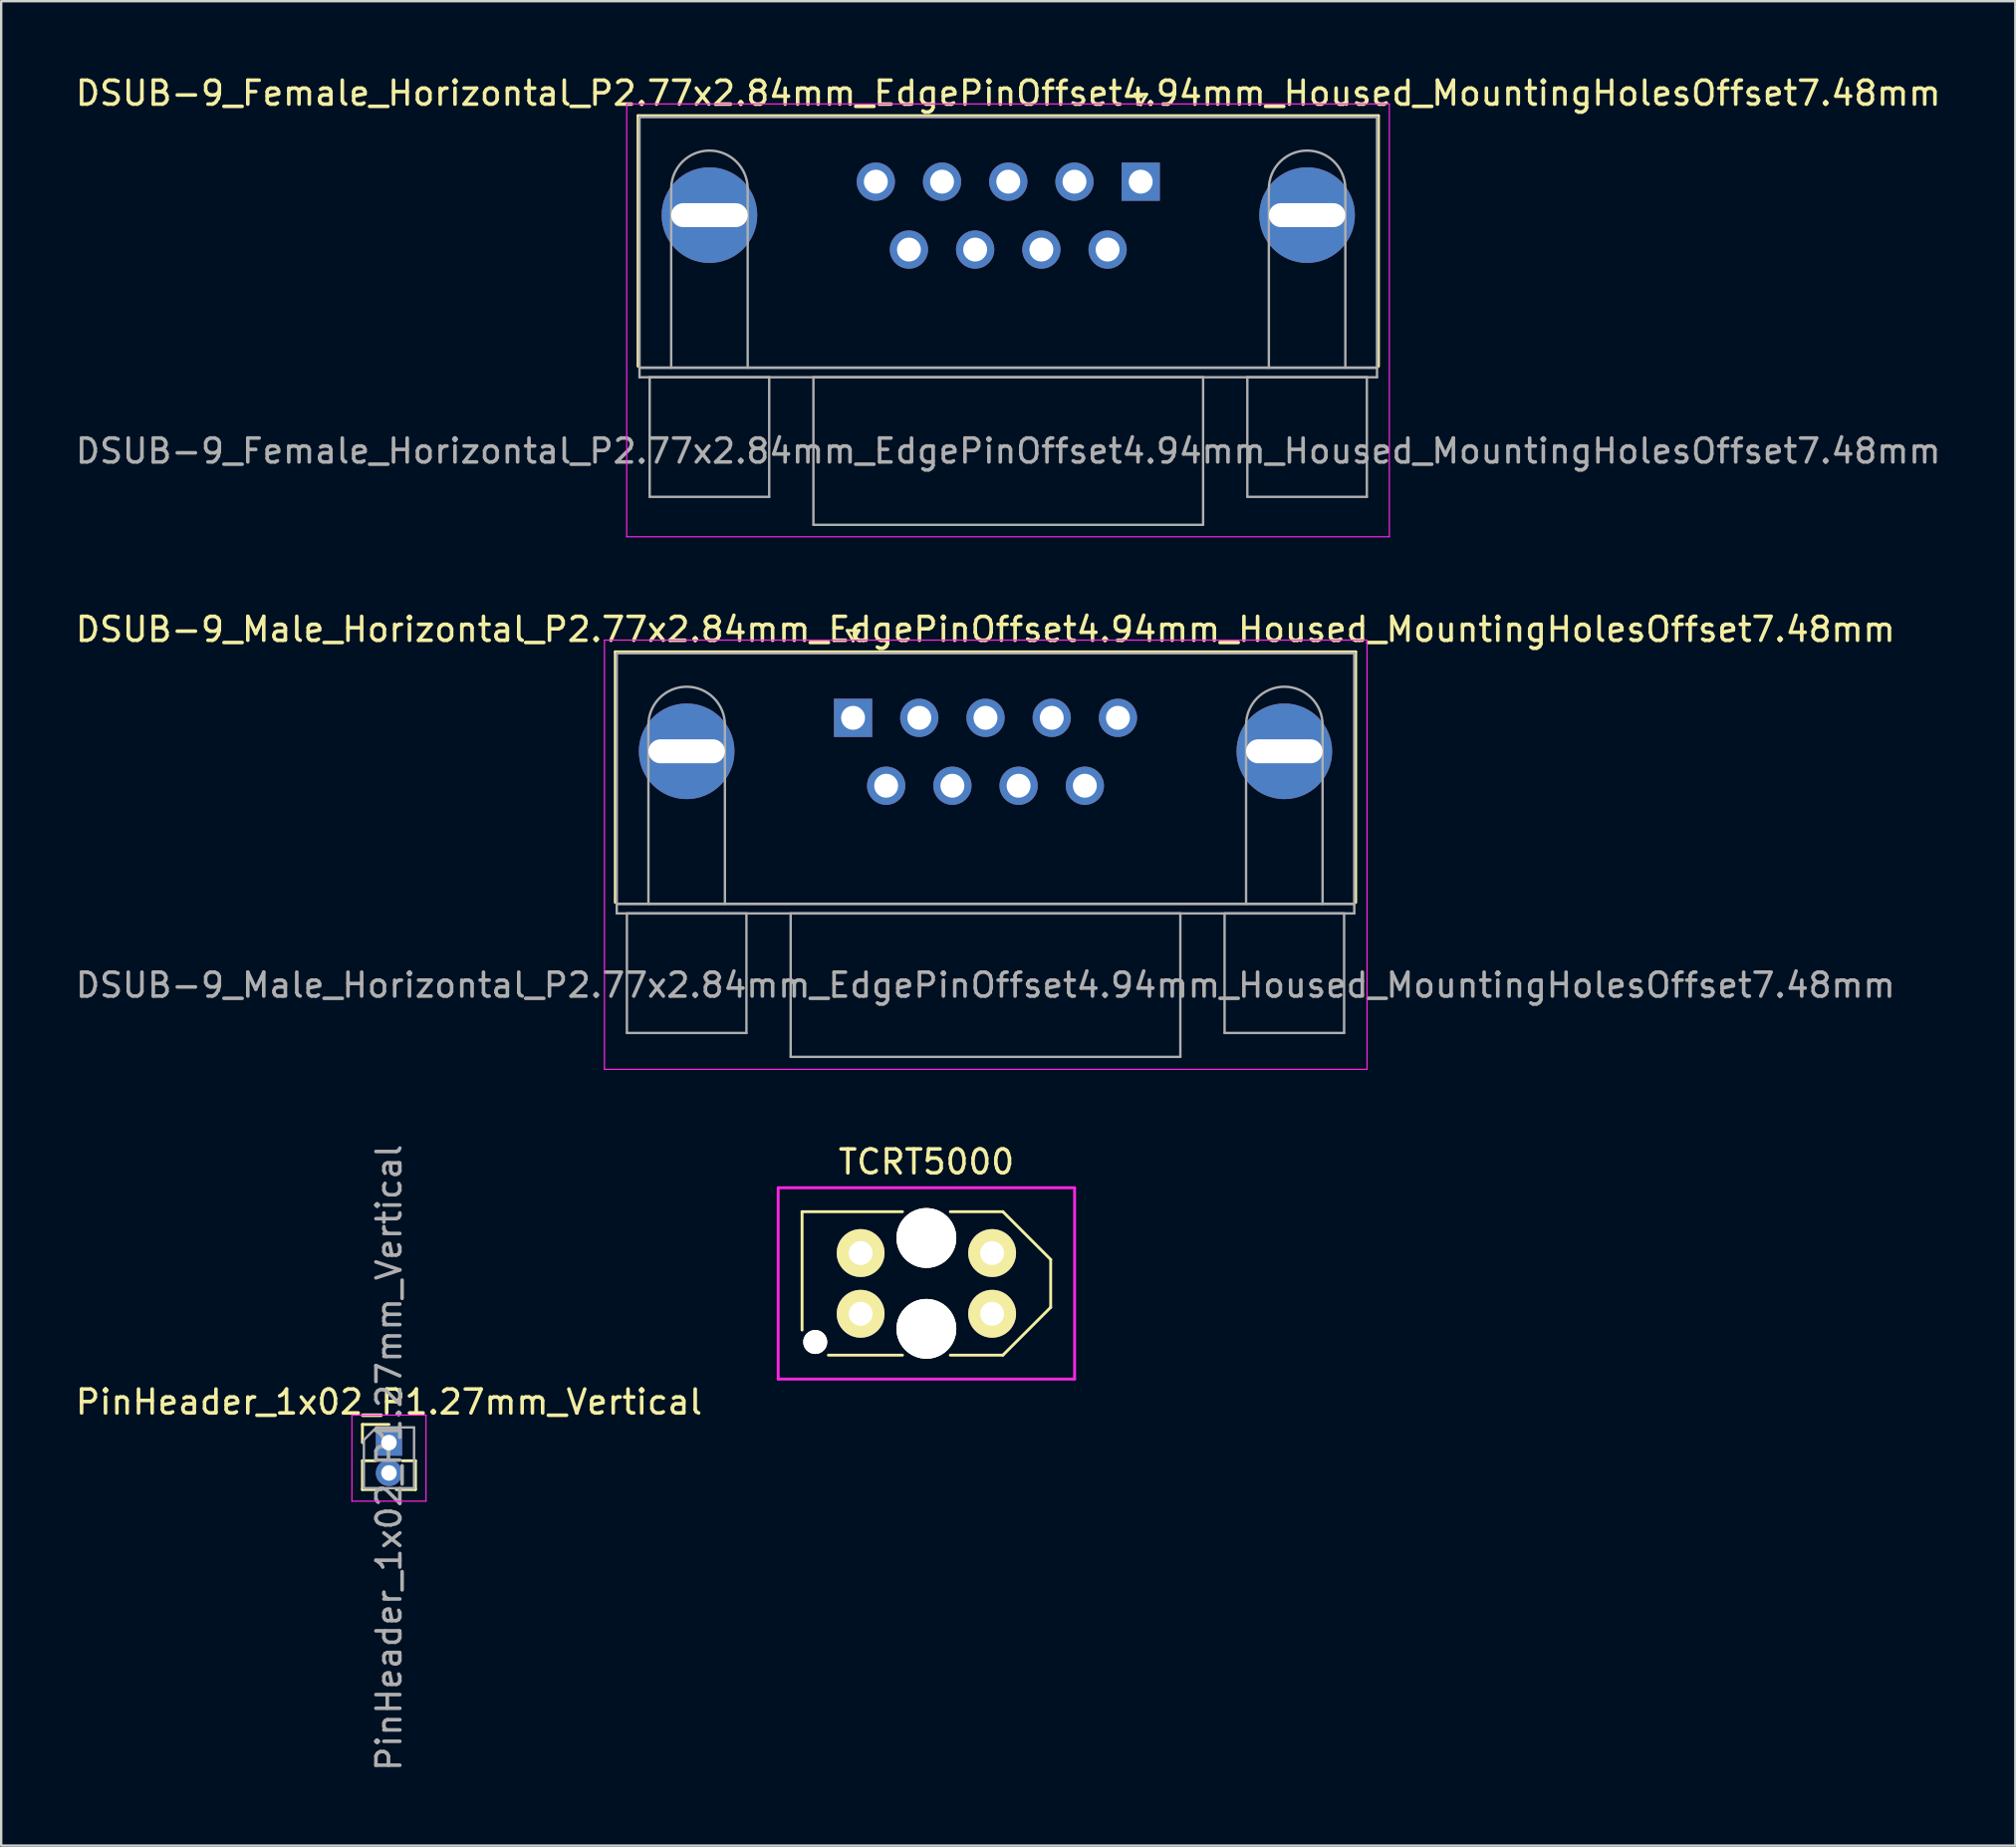
<source format=kicad_pcb>
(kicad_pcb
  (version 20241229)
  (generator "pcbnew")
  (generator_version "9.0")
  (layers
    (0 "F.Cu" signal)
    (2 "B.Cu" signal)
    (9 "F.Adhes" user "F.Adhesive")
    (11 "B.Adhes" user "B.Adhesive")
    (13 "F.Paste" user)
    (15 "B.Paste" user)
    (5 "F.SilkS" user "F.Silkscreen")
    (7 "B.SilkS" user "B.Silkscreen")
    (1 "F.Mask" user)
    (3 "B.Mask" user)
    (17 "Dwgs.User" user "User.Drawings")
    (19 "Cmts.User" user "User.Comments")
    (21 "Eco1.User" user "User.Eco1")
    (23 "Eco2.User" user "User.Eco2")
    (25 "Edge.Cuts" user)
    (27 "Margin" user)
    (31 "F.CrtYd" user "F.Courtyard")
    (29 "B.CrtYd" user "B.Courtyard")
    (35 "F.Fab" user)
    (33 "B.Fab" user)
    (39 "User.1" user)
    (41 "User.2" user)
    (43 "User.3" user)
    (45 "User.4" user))
  (footprint "DSUB-9_Female_Horizontal_P2.77x2.84mm_EdgePinOffset4.94mm_Housed_MountingHolesOffset7.48mm"
    (layer "F.Cu")
    (at 44.665 4.548)
    (property "Reference" "DSUB-9_Female_Horizontal_P2.77x2.84mm_EdgePinOffset4.94mm_Housed_MountingHolesOffset7.48mm" (at -5.54 -3.7 0) (layer "F.SilkS") (effects (font (size 1 1) (thickness 0.15))))
    (attr through_hole)
    (fp_line (start -21.025 -2.76) (end 9.945 -2.76) (stroke (width 0.12) (type solid)) (layer "F.SilkS"))
    (fp_line (start -21.025 7.72) (end -21.025 -2.76) (stroke (width 0.12) (type solid)) (layer "F.SilkS"))
    (fp_line (start -0.25 -3.654) (end 0.25 -3.654) (stroke (width 0.12) (type solid)) (layer "F.SilkS"))
    (fp_line (start 0 -3.221) (end -0.25 -3.654) (stroke (width 0.12) (type solid)) (layer "F.SilkS"))
    (fp_line (start 0.25 -3.654) (end 0 -3.221) (stroke (width 0.12) (type solid)) (layer "F.SilkS"))
    (fp_line (start 9.945 -2.76) (end 9.945 7.72) (stroke (width 0.12) (type solid)) (layer "F.SilkS"))
    (fp_line (start -21.5 -3.25) (end -21.5 14.85) (stroke (width 0.05) (type solid)) (layer "F.CrtYd"))
    (fp_line (start -21.5 14.85) (end 10.4 14.85) (stroke (width 0.05) (type solid)) (layer "F.CrtYd"))
    (fp_line (start 10.4 -3.25) (end -21.5 -3.25) (stroke (width 0.05) (type solid)) (layer "F.CrtYd"))
    (fp_line (start 10.4 14.85) (end 10.4 -3.25) (stroke (width 0.05) (type solid)) (layer "F.CrtYd"))
    (fp_line (start -20.965 -2.7) (end -20.965 7.78) (stroke (width 0.1) (type solid)) (layer "F.Fab"))
    (fp_line (start -20.965 7.78) (end -20.965 8.18) (stroke (width 0.1) (type solid)) (layer "F.Fab"))
    (fp_line (start -20.965 7.78) (end 9.885 7.78) (stroke (width 0.1) (type solid)) (layer "F.Fab"))
    (fp_line (start -20.965 8.18) (end 9.885 8.18) (stroke (width 0.1) (type solid)) (layer "F.Fab"))
    (fp_line (start -20.54 8.18) (end -20.54 13.18) (stroke (width 0.1) (type solid)) (layer "F.Fab"))
    (fp_line (start -20.54 13.18) (end -15.54 13.18) (stroke (width 0.1) (type solid)) (layer "F.Fab"))
    (fp_line (start -19.64 7.78) (end -19.64 0.3) (stroke (width 0.1) (type solid)) (layer "F.Fab"))
    (fp_line (start -16.44 7.78) (end -16.44 0.3) (stroke (width 0.1) (type solid)) (layer "F.Fab"))
    (fp_line (start -15.54 8.18) (end -20.54 8.18) (stroke (width 0.1) (type solid)) (layer "F.Fab"))
    (fp_line (start -15.54 13.18) (end -15.54 8.18) (stroke (width 0.1) (type solid)) (layer "F.Fab"))
    (fp_line (start -13.69 8.18) (end -13.69 14.35) (stroke (width 0.1) (type solid)) (layer "F.Fab"))
    (fp_line (start -13.69 14.35) (end 2.61 14.35) (stroke (width 0.1) (type solid)) (layer "F.Fab"))
    (fp_line (start 2.61 8.18) (end -13.69 8.18) (stroke (width 0.1) (type solid)) (layer "F.Fab"))
    (fp_line (start 2.61 14.35) (end 2.61 8.18) (stroke (width 0.1) (type solid)) (layer "F.Fab"))
    (fp_line (start 4.46 8.18) (end 4.46 13.18) (stroke (width 0.1) (type solid)) (layer "F.Fab"))
    (fp_line (start 4.46 13.18) (end 9.46 13.18) (stroke (width 0.1) (type solid)) (layer "F.Fab"))
    (fp_line (start 5.36 7.78) (end 5.36 0.3) (stroke (width 0.1) (type solid)) (layer "F.Fab"))
    (fp_line (start 8.56 7.78) (end 8.56 0.3) (stroke (width 0.1) (type solid)) (layer "F.Fab"))
    (fp_line (start 9.46 8.18) (end 4.46 8.18) (stroke (width 0.1) (type solid)) (layer "F.Fab"))
    (fp_line (start 9.46 13.18) (end 9.46 8.18) (stroke (width 0.1) (type solid)) (layer "F.Fab"))
    (fp_line (start 9.885 -2.7) (end -20.965 -2.7) (stroke (width 0.1) (type solid)) (layer "F.Fab"))
    (fp_line (start 9.885 7.78) (end -20.965 7.78) (stroke (width 0.1) (type solid)) (layer "F.Fab"))
    (fp_line (start 9.885 7.78) (end 9.885 -2.7) (stroke (width 0.1) (type solid)) (layer "F.Fab"))
    (fp_line (start 9.885 8.18) (end 9.885 7.78) (stroke (width 0.1) (type solid)) (layer "F.Fab"))
    (fp_arc (start -19.64 0.3) (mid -18.04 -1.3) (end -16.44 0.3) (stroke (width 0.1) (type solid)) (layer "F.Fab"))
    (fp_arc (start 5.36 0.3) (mid 6.96 -1.3) (end 8.56 0.3) (stroke (width 0.1) (type solid)) (layer "F.Fab"))
    (fp_text user "${REFERENCE}" (at -5.54 11.265 0) (layer "F.Fab") (effects (font (size 1 1) (thickness 0.15))))
    (pad "0" thru_hole circle (at -18.04 1.4) (size 4 4) (drill oval 3.2 1) (layers "*.Cu" "*.Mask"))
    (pad "0" thru_hole circle (at 6.96 1.4) (size 4 4) (drill oval 3.2 1) (layers "*.Cu" "*.Mask"))
    (pad "1" thru_hole rect (at 0 0) (size 1.6 1.6) (drill 1) (layers "*.Cu" "*.Mask"))
    (pad "2" thru_hole circle (at -2.77 0) (size 1.6 1.6) (drill 1) (layers "*.Cu" "*.Mask"))
    (pad "3" thru_hole circle (at -5.54 0) (size 1.6 1.6) (drill 1) (layers "*.Cu" "*.Mask"))
    (pad "4" thru_hole circle (at -8.31 0) (size 1.6 1.6) (drill 1) (layers "*.Cu" "*.Mask"))
    (pad "5" thru_hole circle (at -11.08 0) (size 1.6 1.6) (drill 1) (layers "*.Cu" "*.Mask"))
    (pad "6" thru_hole circle (at -1.385 2.84) (size 1.6 1.6) (drill 1) (layers "*.Cu" "*.Mask"))
    (pad "7" thru_hole circle (at -4.155 2.84) (size 1.6 1.6) (drill 1) (layers "*.Cu" "*.Mask"))
    (pad "8" thru_hole circle (at -6.925 2.84) (size 1.6 1.6) (drill 1) (layers "*.Cu" "*.Mask"))
    (pad "9" thru_hole circle (at -9.695 2.84) (size 1.6 1.6) (drill 1) (layers "*.Cu" "*.Mask")))
  (footprint "PinHeader_1x02_P1.27mm_Vertical"
    (layer "F.Cu")
    (at 13.22 57.282)
    (property "Reference" "PinHeader_1x02_P1.27mm_Vertical" (at 0 -1.695 0) (layer "F.SilkS") (effects (font (size 1 1) (thickness 0.15))))
    (attr through_hole)
    (fp_line (start -1.11 -0.76) (end 0 -0.76) (stroke (width 0.12) (type solid)) (layer "F.SilkS"))
    (fp_line (start -1.11 0) (end -1.11 -0.76) (stroke (width 0.12) (type solid)) (layer "F.SilkS"))
    (fp_line (start -1.11 0.76) (end -1.11 1.965) (stroke (width 0.12) (type solid)) (layer "F.SilkS"))
    (fp_line (start -1.11 0.76) (end -0.563 0.76) (stroke (width 0.12) (type solid)) (layer "F.SilkS"))
    (fp_line (start -1.11 1.965) (end -0.308 1.965) (stroke (width 0.12) (type solid)) (layer "F.SilkS"))
    (fp_line (start 0.308 1.965) (end 1.11 1.965) (stroke (width 0.12) (type solid)) (layer "F.SilkS"))
    (fp_line (start 0.563 0.76) (end 1.11 0.76) (stroke (width 0.12) (type solid)) (layer "F.SilkS"))
    (fp_line (start 1.11 0.76) (end 1.11 1.965) (stroke (width 0.12) (type solid)) (layer "F.SilkS"))
    (fp_line (start -1.55 -1.15) (end -1.55 2.45) (stroke (width 0.05) (type solid)) (layer "F.CrtYd"))
    (fp_line (start -1.55 2.45) (end 1.55 2.45) (stroke (width 0.05) (type solid)) (layer "F.CrtYd"))
    (fp_line (start 1.55 -1.15) (end -1.55 -1.15) (stroke (width 0.05) (type solid)) (layer "F.CrtYd"))
    (fp_line (start 1.55 2.45) (end 1.55 -1.15) (stroke (width 0.05) (type solid)) (layer "F.CrtYd"))
    (fp_line (start -1.05 -0.11) (end -0.525 -0.635) (stroke (width 0.1) (type solid)) (layer "F.Fab"))
    (fp_line (start -1.05 1.905) (end -1.05 -0.11) (stroke (width 0.1) (type solid)) (layer "F.Fab"))
    (fp_line (start -0.525 -0.635) (end 1.05 -0.635) (stroke (width 0.1) (type solid)) (layer "F.Fab"))
    (fp_line (start 1.05 -0.635) (end 1.05 1.905) (stroke (width 0.1) (type solid)) (layer "F.Fab"))
    (fp_line (start 1.05 1.905) (end -1.05 1.905) (stroke (width 0.1) (type solid)) (layer "F.Fab"))
    (fp_text user "${REFERENCE}" (at 0 0.635 90) (layer "F.Fab") (effects (font (size 1 1) (thickness 0.15))))
    (pad "1" thru_hole rect (at 0 0) (size 1.1 1.1) (drill 0.65) (layers "*.Cu" "*.Mask"))
    (pad "2" thru_hole oval (at 0 1.27) (size 1.1 1.1) (drill 0.65) (layers "*.Cu" "*.Mask")))
  (footprint "DSUB-9_Male_Horizontal_P2.77x2.84mm_EdgePinOffset4.94mm_Housed_MountingHolesOffset7.48mm"
    (layer "F.Cu")
    (at 32.633 26.971)
    (property "Reference" "DSUB-9_Male_Horizontal_P2.77x2.84mm_EdgePinOffset4.94mm_Housed_MountingHolesOffset7.48mm" (at 5.54 -3.7 0) (layer "F.SilkS") (effects (font (size 1 1) (thickness 0.15))))
    (attr through_hole)
    (fp_line (start -9.945 -2.76) (end 21.025 -2.76) (stroke (width 0.12) (type solid)) (layer "F.SilkS"))
    (fp_line (start -9.945 7.72) (end -9.945 -2.76) (stroke (width 0.12) (type solid)) (layer "F.SilkS"))
    (fp_line (start -0.25 -3.654) (end 0.25 -3.654) (stroke (width 0.12) (type solid)) (layer "F.SilkS"))
    (fp_line (start 0 -3.221) (end -0.25 -3.654) (stroke (width 0.12) (type solid)) (layer "F.SilkS"))
    (fp_line (start 0.25 -3.654) (end 0 -3.221) (stroke (width 0.12) (type solid)) (layer "F.SilkS"))
    (fp_line (start 21.025 -2.76) (end 21.025 7.72) (stroke (width 0.12) (type solid)) (layer "F.SilkS"))
    (fp_line (start -10.4 -3.25) (end -10.4 14.7) (stroke (width 0.05) (type solid)) (layer "F.CrtYd"))
    (fp_line (start -10.4 14.7) (end 21.5 14.7) (stroke (width 0.05) (type solid)) (layer "F.CrtYd"))
    (fp_line (start 21.5 -3.25) (end -10.4 -3.25) (stroke (width 0.05) (type solid)) (layer "F.CrtYd"))
    (fp_line (start 21.5 14.7) (end 21.5 -3.25) (stroke (width 0.05) (type solid)) (layer "F.CrtYd"))
    (fp_line (start -9.885 -2.7) (end -9.885 7.78) (stroke (width 0.1) (type solid)) (layer "F.Fab"))
    (fp_line (start -9.885 7.78) (end -9.885 8.18) (stroke (width 0.1) (type solid)) (layer "F.Fab"))
    (fp_line (start -9.885 7.78) (end 20.965 7.78) (stroke (width 0.1) (type solid)) (layer "F.Fab"))
    (fp_line (start -9.885 8.18) (end 20.965 8.18) (stroke (width 0.1) (type solid)) (layer "F.Fab"))
    (fp_line (start -9.46 8.18) (end -9.46 13.18) (stroke (width 0.1) (type solid)) (layer "F.Fab"))
    (fp_line (start -9.46 13.18) (end -4.46 13.18) (stroke (width 0.1) (type solid)) (layer "F.Fab"))
    (fp_line (start -8.56 7.78) (end -8.56 0.3) (stroke (width 0.1) (type solid)) (layer "F.Fab"))
    (fp_line (start -5.36 7.78) (end -5.36 0.3) (stroke (width 0.1) (type solid)) (layer "F.Fab"))
    (fp_line (start -4.46 8.18) (end -9.46 8.18) (stroke (width 0.1) (type solid)) (layer "F.Fab"))
    (fp_line (start -4.46 13.18) (end -4.46 8.18) (stroke (width 0.1) (type solid)) (layer "F.Fab"))
    (fp_line (start -2.61 8.18) (end -2.61 14.18) (stroke (width 0.1) (type solid)) (layer "F.Fab"))
    (fp_line (start -2.61 14.18) (end 13.69 14.18) (stroke (width 0.1) (type solid)) (layer "F.Fab"))
    (fp_line (start 13.69 8.18) (end -2.61 8.18) (stroke (width 0.1) (type solid)) (layer "F.Fab"))
    (fp_line (start 13.69 14.18) (end 13.69 8.18) (stroke (width 0.1) (type solid)) (layer "F.Fab"))
    (fp_line (start 15.54 8.18) (end 15.54 13.18) (stroke (width 0.1) (type solid)) (layer "F.Fab"))
    (fp_line (start 15.54 13.18) (end 20.54 13.18) (stroke (width 0.1) (type solid)) (layer "F.Fab"))
    (fp_line (start 16.44 7.78) (end 16.44 0.3) (stroke (width 0.1) (type solid)) (layer "F.Fab"))
    (fp_line (start 19.64 7.78) (end 19.64 0.3) (stroke (width 0.1) (type solid)) (layer "F.Fab"))
    (fp_line (start 20.54 8.18) (end 15.54 8.18) (stroke (width 0.1) (type solid)) (layer "F.Fab"))
    (fp_line (start 20.54 13.18) (end 20.54 8.18) (stroke (width 0.1) (type solid)) (layer "F.Fab"))
    (fp_line (start 20.965 -2.7) (end -9.885 -2.7) (stroke (width 0.1) (type solid)) (layer "F.Fab"))
    (fp_line (start 20.965 7.78) (end -9.885 7.78) (stroke (width 0.1) (type solid)) (layer "F.Fab"))
    (fp_line (start 20.965 7.78) (end 20.965 -2.7) (stroke (width 0.1) (type solid)) (layer "F.Fab"))
    (fp_line (start 20.965 8.18) (end 20.965 7.78) (stroke (width 0.1) (type solid)) (layer "F.Fab"))
    (fp_arc (start -8.56 0.3) (mid -6.96 -1.3) (end -5.36 0.3) (stroke (width 0.1) (type solid)) (layer "F.Fab"))
    (fp_arc (start 16.44 0.3) (mid 18.04 -1.3) (end 19.64 0.3) (stroke (width 0.1) (type solid)) (layer "F.Fab"))
    (fp_text user "${REFERENCE}" (at 5.54 11.18 0) (layer "F.Fab") (effects (font (size 1 1) (thickness 0.15))))
    (pad "0" thru_hole circle (at -6.96 1.4) (size 4 4) (drill oval 3.2 1) (layers "*.Cu" "*.Mask"))
    (pad "0" thru_hole circle (at 18.04 1.4) (size 4 4) (drill oval 3.2 1) (layers "*.Cu" "*.Mask"))
    (pad "1" thru_hole rect (at 0 0) (size 1.6 1.6) (drill 1) (layers "*.Cu" "*.Mask"))
    (pad "2" thru_hole circle (at 2.77 0) (size 1.6 1.6) (drill 1) (layers "*.Cu" "*.Mask"))
    (pad "3" thru_hole circle (at 5.54 0) (size 1.6 1.6) (drill 1) (layers "*.Cu" "*.Mask"))
    (pad "4" thru_hole circle (at 8.31 0) (size 1.6 1.6) (drill 1) (layers "*.Cu" "*.Mask"))
    (pad "5" thru_hole circle (at 11.08 0) (size 1.6 1.6) (drill 1) (layers "*.Cu" "*.Mask"))
    (pad "6" thru_hole circle (at 1.385 2.84) (size 1.6 1.6) (drill 1) (layers "*.Cu" "*.Mask"))
    (pad "7" thru_hole circle (at 4.155 2.84) (size 1.6 1.6) (drill 1) (layers "*.Cu" "*.Mask"))
    (pad "8" thru_hole circle (at 6.925 2.84) (size 1.6 1.6) (drill 1) (layers "*.Cu" "*.Mask"))
    (pad "9" thru_hole circle (at 9.695 2.84) (size 1.6 1.6) (drill 1) (layers "*.Cu" "*.Mask")))
  (footprint "TCRT5000"
    (layer "F.Cu")
    (at 35.7 50.625)
    (property "Reference" "TCRT5000" (at 0 -5.08 0) (layer "F.SilkS") (effects (font (size 1 1) (thickness 0.15))))
    (attr through_hole)
    (fp_line (start -5.2 -3) (end -1 -3) (stroke (width 0.12) (type solid)) (layer "F.SilkS"))
    (fp_line (start -5.2 1.95) (end -5.2 -3) (stroke (width 0.12) (type solid)) (layer "F.SilkS"))
    (fp_line (start -1 3) (end -4.1 3) (stroke (width 0.12) (type solid)) (layer "F.SilkS"))
    (fp_line (start 3.2 -3) (end 1 -3) (stroke (width 0.12) (type solid)) (layer "F.SilkS"))
    (fp_line (start 3.2 -3) (end 5.2 -1) (stroke (width 0.12) (type solid)) (layer "F.SilkS"))
    (fp_line (start 3.2 3) (end 1 3) (stroke (width 0.12) (type solid)) (layer "F.SilkS"))
    (fp_line (start 3.2 3) (end 5.2 1) (stroke (width 0.12) (type solid)) (layer "F.SilkS"))
    (fp_line (start 5.2 -1) (end 5.2 1) (stroke (width 0.12) (type solid)) (layer "F.SilkS"))
    (fp_line (start -6.2 -4) (end -6.2 4) (stroke (width 0.12) (type solid)) (layer "F.CrtYd"))
    (fp_line (start -6.2 4) (end 6.2 4) (stroke (width 0.12) (type solid)) (layer "F.CrtYd"))
    (fp_line (start 6.2 -4) (end -6.2 -4) (stroke (width 0.12) (type solid)) (layer "F.CrtYd"))
    (fp_line (start 6.2 4) (end 6.2 -4) (stroke (width 0.12) (type solid)) (layer "F.CrtYd"))
    (pad "1" thru_hole circle (at 2.75 -1.27) (size 2 2) (drill 1) (layers "*.Cu" "*.Mask" "F.SilkS"))
    (pad "2" thru_hole circle (at 2.75 1.27) (size 2 2) (drill 1) (layers "*.Cu" "*.Mask" "F.SilkS"))
    (pad "3" thru_hole circle (at -2.75 -1.27) (size 2 2) (drill 1) (layers "*.Cu" "*.Mask" "F.SilkS"))
    (pad "4" thru_hole circle (at -2.75 1.27) (size 2 2) (drill 1) (layers "*.Cu" "*.Mask" "F.SilkS"))
    (pad "hole" thru_hole circle (at -4.65 2.45) (size 1 1) (drill 1) (layers "*.Cu" "*.Mask" "F.SilkS"))
    (pad "hole" thru_hole circle (at 0 -1.9) (size 2.5 2.5) (drill 2.5) (layers "*.Cu" "*.Mask" "F.SilkS"))
    (pad "hole" thru_hole circle (at 0 1.9) (size 2.5 2.5) (drill 2.5) (layers "*.Cu" "*.Mask" "F.SilkS")))
  (gr_rect
    (start -3 -3)
    (end 81.25 74.137)
    (stroke (width 0.1) (type default))
    (fill no)
    (layer "Edge.Cuts")))
</source>
